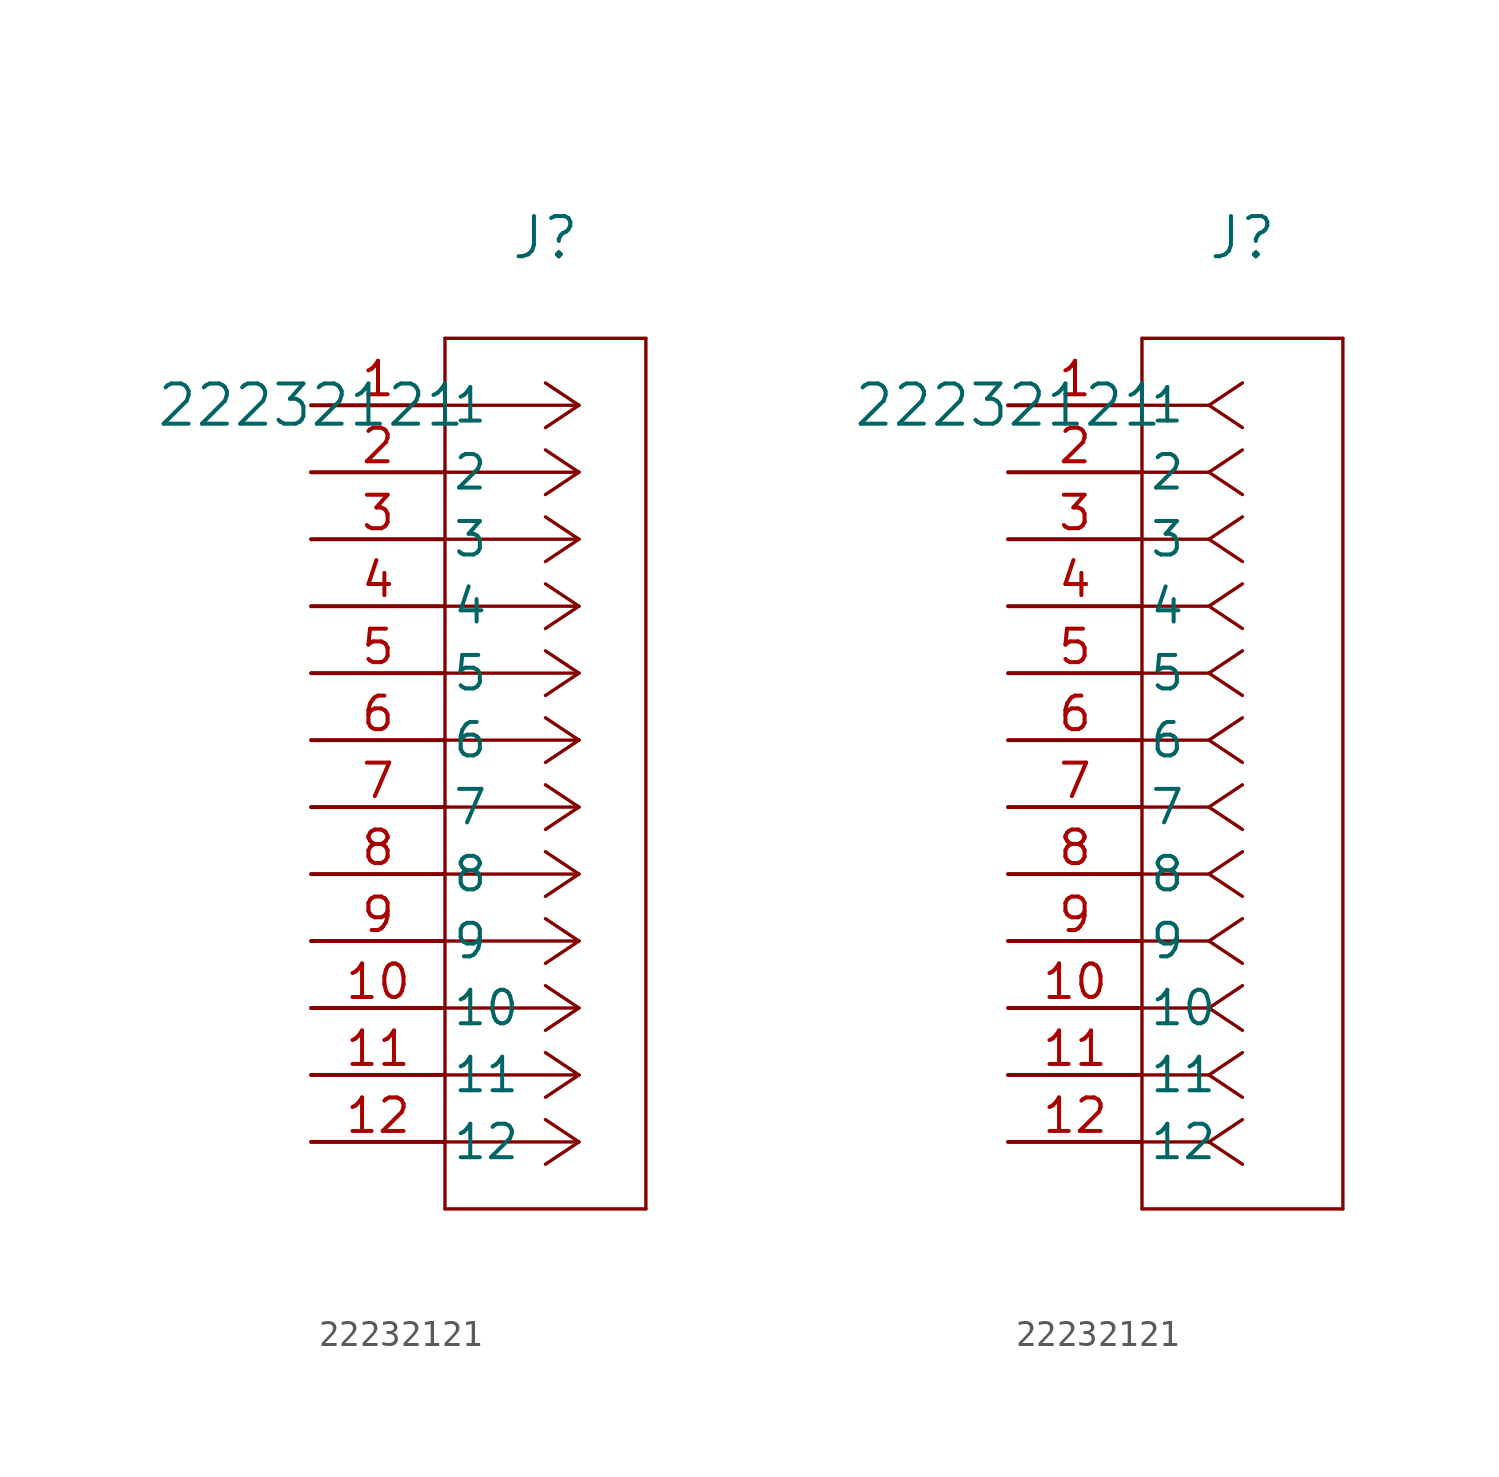
<source format=kicad_sym>
(kicad_symbol_lib
  (version 20211014)
  (generator kicad_symbol_editor)
  (symbol "22232121"
    (pin_names
      (offset 0.254))
    (property "Reference" "J"
      (at 8.89 6.35 0)
      (effects (font (size 1.524 1.524))))
    (property "Value" "22232121"
      (at 0 0 0)
      (effects (font (size 1.524 1.524))))
    (symbol "22232121_1_1"
      (polyline (pts (xy 10.16 0) (xy 5.08 0)) (stroke (width 0.127) (type default) (color 0 0 0 0)) (fill (type none)))
      (polyline (pts (xy 10.16 -2.54) (xy 5.08 -2.54)) (stroke (width 0.127) (type default) (color 0 0 0 0)) (fill (type none)))
      (polyline (pts (xy 10.16 -5.08) (xy 5.08 -5.08)) (stroke (width 0.127) (type default) (color 0 0 0 0)) (fill (type none)))
      (polyline (pts (xy 10.16 -7.62) (xy 5.08 -7.62)) (stroke (width 0.127) (type default) (color 0 0 0 0)) (fill (type none)))
      (polyline (pts (xy 10.16 -10.16) (xy 5.08 -10.16)) (stroke (width 0.127) (type default) (color 0 0 0 0)) (fill (type none)))
      (polyline (pts (xy 10.16 -12.7) (xy 5.08 -12.7)) (stroke (width 0.127) (type default) (color 0 0 0 0)) (fill (type none)))
      (polyline (pts (xy 10.16 -15.24) (xy 5.08 -15.24)) (stroke (width 0.127) (type default) (color 0 0 0 0)) (fill (type none)))
      (polyline (pts (xy 10.16 -17.78) (xy 5.08 -17.78)) (stroke (width 0.127) (type default) (color 0 0 0 0)) (fill (type none)))
      (polyline (pts (xy 10.16 -20.32) (xy 5.08 -20.32)) (stroke (width 0.127) (type default) (color 0 0 0 0)) (fill (type none)))
      (polyline (pts (xy 10.16 -22.86) (xy 5.08 -22.86)) (stroke (width 0.127) (type default) (color 0 0 0 0)) (fill (type none)))
      (polyline (pts (xy 10.16 -25.4) (xy 5.08 -25.4)) (stroke (width 0.127) (type default) (color 0 0 0 0)) (fill (type none)))
      (polyline (pts (xy 10.16 -27.94) (xy 5.08 -27.94)) (stroke (width 0.127) (type default) (color 0 0 0 0)) (fill (type none)))
      (polyline (pts (xy 10.16 0) (xy 8.89 0.847)) (stroke (width 0.127) (type default) (color 0 0 0 0)) (fill (type none)))
      (polyline (pts (xy 10.16 -2.54) (xy 8.89 -1.693)) (stroke (width 0.127) (type default) (color 0 0 0 0)) (fill (type none)))
      (polyline (pts (xy 10.16 -5.08) (xy 8.89 -4.233)) (stroke (width 0.127) (type default) (color 0 0 0 0)) (fill (type none)))
      (polyline (pts (xy 10.16 -7.62) (xy 8.89 -6.773)) (stroke (width 0.127) (type default) (color 0 0 0 0)) (fill (type none)))
      (polyline (pts (xy 10.16 -10.16) (xy 8.89 -9.313)) (stroke (width 0.127) (type default) (color 0 0 0 0)) (fill (type none)))
      (polyline (pts (xy 10.16 -12.7) (xy 8.89 -11.853)) (stroke (width 0.127) (type default) (color 0 0 0 0)) (fill (type none)))
      (polyline (pts (xy 10.16 -15.24) (xy 8.89 -14.393)) (stroke (width 0.127) (type default) (color 0 0 0 0)) (fill (type none)))
      (polyline (pts (xy 10.16 -17.78) (xy 8.89 -16.933)) (stroke (width 0.127) (type default) (color 0 0 0 0)) (fill (type none)))
      (polyline (pts (xy 10.16 -20.32) (xy 8.89 -19.473)) (stroke (width 0.127) (type default) (color 0 0 0 0)) (fill (type none)))
      (polyline (pts (xy 10.16 -22.86) (xy 8.89 -22.013)) (stroke (width 0.127) (type default) (color 0 0 0 0)) (fill (type none)))
      (polyline (pts (xy 10.16 -25.4) (xy 8.89 -24.553)) (stroke (width 0.127) (type default) (color 0 0 0 0)) (fill (type none)))
      (polyline (pts (xy 10.16 -27.94) (xy 8.89 -27.093)) (stroke (width 0.127) (type default) (color 0 0 0 0)) (fill (type none)))
      (polyline (pts (xy 10.16 0) (xy 8.89 -0.847)) (stroke (width 0.127) (type default) (color 0 0 0 0)) (fill (type none)))
      (polyline (pts (xy 10.16 -2.54) (xy 8.89 -3.387)) (stroke (width 0.127) (type default) (color 0 0 0 0)) (fill (type none)))
      (polyline (pts (xy 10.16 -5.08) (xy 8.89 -5.927)) (stroke (width 0.127) (type default) (color 0 0 0 0)) (fill (type none)))
      (polyline (pts (xy 10.16 -7.62) (xy 8.89 -8.467)) (stroke (width 0.127) (type default) (color 0 0 0 0)) (fill (type none)))
      (polyline (pts (xy 10.16 -10.16) (xy 8.89 -11.007)) (stroke (width 0.127) (type default) (color 0 0 0 0)) (fill (type none)))
      (polyline (pts (xy 10.16 -12.7) (xy 8.89 -13.547)) (stroke (width 0.127) (type default) (color 0 0 0 0)) (fill (type none)))
      (polyline (pts (xy 10.16 -15.24) (xy 8.89 -16.087)) (stroke (width 0.127) (type default) (color 0 0 0 0)) (fill (type none)))
      (polyline (pts (xy 10.16 -17.78) (xy 8.89 -18.627)) (stroke (width 0.127) (type default) (color 0 0 0 0)) (fill (type none)))
      (polyline (pts (xy 10.16 -20.32) (xy 8.89 -21.167)) (stroke (width 0.127) (type default) (color 0 0 0 0)) (fill (type none)))
      (polyline (pts (xy 10.16 -22.86) (xy 8.89 -23.707)) (stroke (width 0.127) (type default) (color 0 0 0 0)) (fill (type none)))
      (polyline (pts (xy 10.16 -25.4) (xy 8.89 -26.247)) (stroke (width 0.127) (type default) (color 0 0 0 0)) (fill (type none)))
      (polyline (pts (xy 10.16 -27.94) (xy 8.89 -28.787)) (stroke (width 0.127) (type default) (color 0 0 0 0)) (fill (type none)))
      (polyline (pts (xy 5.08 2.54) (xy 5.08 -30.48)) (stroke (width 0.127) (type default) (color 0 0 0 0)) (fill (type none)))
      (polyline (pts (xy 5.08 -30.48) (xy 12.7 -30.48)) (stroke (width 0.127) (type default) (color 0 0 0 0)) (fill (type none)))
      (polyline (pts (xy 12.7 -30.48) (xy 12.7 2.54)) (stroke (width 0.127) (type default) (color 0 0 0 0)) (fill (type none)))
      (polyline (pts (xy 12.7 2.54) (xy 5.08 2.54)) (stroke (width 0.127) (type default) (color 0 0 0 0)) (fill (type none)))
      (pin unspecified line (at 0 0 0) (length 5.08) (name "1" (effects (font (size 1.27 1.27)))) (number "1" (effects (font (size 1.27 1.27)))))
      (pin unspecified line (at 0 -2.54 0) (length 5.08) (name "2" (effects (font (size 1.27 1.27)))) (number "2" (effects (font (size 1.27 1.27)))))
      (pin unspecified line (at 0 -5.08 0) (length 5.08) (name "3" (effects (font (size 1.27 1.27)))) (number "3" (effects (font (size 1.27 1.27)))))
      (pin unspecified line (at 0 -7.62 0) (length 5.08) (name "4" (effects (font (size 1.27 1.27)))) (number "4" (effects (font (size 1.27 1.27)))))
      (pin unspecified line (at 0 -10.16 0) (length 5.08) (name "5" (effects (font (size 1.27 1.27)))) (number "5" (effects (font (size 1.27 1.27)))))
      (pin unspecified line (at 0 -12.7 0) (length 5.08) (name "6" (effects (font (size 1.27 1.27)))) (number "6" (effects (font (size 1.27 1.27)))))
      (pin unspecified line (at 0 -15.24 0) (length 5.08) (name "7" (effects (font (size 1.27 1.27)))) (number "7" (effects (font (size 1.27 1.27)))))
      (pin unspecified line (at 0 -17.78 0) (length 5.08) (name "8" (effects (font (size 1.27 1.27)))) (number "8" (effects (font (size 1.27 1.27)))))
      (pin unspecified line (at 0 -20.32 0) (length 5.08) (name "9" (effects (font (size 1.27 1.27)))) (number "9" (effects (font (size 1.27 1.27)))))
      (pin unspecified line (at 0 -22.86 0) (length 5.08) (name "10" (effects (font (size 1.27 1.27)))) (number "10" (effects (font (size 1.27 1.27)))))
      (pin unspecified line (at 0 -25.4 0) (length 5.08) (name "11" (effects (font (size 1.27 1.27)))) (number "11" (effects (font (size 1.27 1.27)))))
      (pin unspecified line (at 0 -27.94 0) (length 5.08) (name "12" (effects (font (size 1.27 1.27)))) (number "12" (effects (font (size 1.27 1.27))))))
    (symbol "22232121_1_2"
      (polyline (pts (xy 7.62 0) (xy 5.08 0)) (stroke (width 0.127) (type default) (color 0 0 0 0)) (fill (type none)))
      (polyline (pts (xy 7.62 -2.54) (xy 5.08 -2.54)) (stroke (width 0.127) (type default) (color 0 0 0 0)) (fill (type none)))
      (polyline (pts (xy 7.62 -5.08) (xy 5.08 -5.08)) (stroke (width 0.127) (type default) (color 0 0 0 0)) (fill (type none)))
      (polyline (pts (xy 7.62 -7.62) (xy 5.08 -7.62)) (stroke (width 0.127) (type default) (color 0 0 0 0)) (fill (type none)))
      (polyline (pts (xy 7.62 -10.16) (xy 5.08 -10.16)) (stroke (width 0.127) (type default) (color 0 0 0 0)) (fill (type none)))
      (polyline (pts (xy 7.62 -12.7) (xy 5.08 -12.7)) (stroke (width 0.127) (type default) (color 0 0 0 0)) (fill (type none)))
      (polyline (pts (xy 7.62 -15.24) (xy 5.08 -15.24)) (stroke (width 0.127) (type default) (color 0 0 0 0)) (fill (type none)))
      (polyline (pts (xy 7.62 -17.78) (xy 5.08 -17.78)) (stroke (width 0.127) (type default) (color 0 0 0 0)) (fill (type none)))
      (polyline (pts (xy 7.62 -20.32) (xy 5.08 -20.32)) (stroke (width 0.127) (type default) (color 0 0 0 0)) (fill (type none)))
      (polyline (pts (xy 7.62 -22.86) (xy 5.08 -22.86)) (stroke (width 0.127) (type default) (color 0 0 0 0)) (fill (type none)))
      (polyline (pts (xy 7.62 -25.4) (xy 5.08 -25.4)) (stroke (width 0.127) (type default) (color 0 0 0 0)) (fill (type none)))
      (polyline (pts (xy 7.62 -27.94) (xy 5.08 -27.94)) (stroke (width 0.127) (type default) (color 0 0 0 0)) (fill (type none)))
      (polyline (pts (xy 7.62 0) (xy 8.89 0.847)) (stroke (width 0.127) (type default) (color 0 0 0 0)) (fill (type none)))
      (polyline (pts (xy 7.62 -2.54) (xy 8.89 -1.693)) (stroke (width 0.127) (type default) (color 0 0 0 0)) (fill (type none)))
      (polyline (pts (xy 7.62 -5.08) (xy 8.89 -4.233)) (stroke (width 0.127) (type default) (color 0 0 0 0)) (fill (type none)))
      (polyline (pts (xy 7.62 -7.62) (xy 8.89 -6.773)) (stroke (width 0.127) (type default) (color 0 0 0 0)) (fill (type none)))
      (polyline (pts (xy 7.62 -10.16) (xy 8.89 -9.313)) (stroke (width 0.127) (type default) (color 0 0 0 0)) (fill (type none)))
      (polyline (pts (xy 7.62 -12.7) (xy 8.89 -11.853)) (stroke (width 0.127) (type default) (color 0 0 0 0)) (fill (type none)))
      (polyline (pts (xy 7.62 -15.24) (xy 8.89 -14.393)) (stroke (width 0.127) (type default) (color 0 0 0 0)) (fill (type none)))
      (polyline (pts (xy 7.62 -17.78) (xy 8.89 -16.933)) (stroke (width 0.127) (type default) (color 0 0 0 0)) (fill (type none)))
      (polyline (pts (xy 7.62 -20.32) (xy 8.89 -19.473)) (stroke (width 0.127) (type default) (color 0 0 0 0)) (fill (type none)))
      (polyline (pts (xy 7.62 -22.86) (xy 8.89 -22.013)) (stroke (width 0.127) (type default) (color 0 0 0 0)) (fill (type none)))
      (polyline (pts (xy 7.62 -25.4) (xy 8.89 -24.553)) (stroke (width 0.127) (type default) (color 0 0 0 0)) (fill (type none)))
      (polyline (pts (xy 7.62 -27.94) (xy 8.89 -27.093)) (stroke (width 0.127) (type default) (color 0 0 0 0)) (fill (type none)))
      (polyline (pts (xy 7.62 0) (xy 8.89 -0.847)) (stroke (width 0.127) (type default) (color 0 0 0 0)) (fill (type none)))
      (polyline (pts (xy 7.62 -2.54) (xy 8.89 -3.387)) (stroke (width 0.127) (type default) (color 0 0 0 0)) (fill (type none)))
      (polyline (pts (xy 7.62 -5.08) (xy 8.89 -5.927)) (stroke (width 0.127) (type default) (color 0 0 0 0)) (fill (type none)))
      (polyline (pts (xy 7.62 -7.62) (xy 8.89 -8.467)) (stroke (width 0.127) (type default) (color 0 0 0 0)) (fill (type none)))
      (polyline (pts (xy 7.62 -10.16) (xy 8.89 -11.007)) (stroke (width 0.127) (type default) (color 0 0 0 0)) (fill (type none)))
      (polyline (pts (xy 7.62 -12.7) (xy 8.89 -13.547)) (stroke (width 0.127) (type default) (color 0 0 0 0)) (fill (type none)))
      (polyline (pts (xy 7.62 -15.24) (xy 8.89 -16.087)) (stroke (width 0.127) (type default) (color 0 0 0 0)) (fill (type none)))
      (polyline (pts (xy 7.62 -17.78) (xy 8.89 -18.627)) (stroke (width 0.127) (type default) (color 0 0 0 0)) (fill (type none)))
      (polyline (pts (xy 7.62 -20.32) (xy 8.89 -21.167)) (stroke (width 0.127) (type default) (color 0 0 0 0)) (fill (type none)))
      (polyline (pts (xy 7.62 -22.86) (xy 8.89 -23.707)) (stroke (width 0.127) (type default) (color 0 0 0 0)) (fill (type none)))
      (polyline (pts (xy 7.62 -25.4) (xy 8.89 -26.247)) (stroke (width 0.127) (type default) (color 0 0 0 0)) (fill (type none)))
      (polyline (pts (xy 7.62 -27.94) (xy 8.89 -28.787)) (stroke (width 0.127) (type default) (color 0 0 0 0)) (fill (type none)))
      (polyline (pts (xy 5.08 2.54) (xy 5.08 -30.48)) (stroke (width 0.127) (type default) (color 0 0 0 0)) (fill (type none)))
      (polyline (pts (xy 5.08 -30.48) (xy 12.7 -30.48)) (stroke (width 0.127) (type default) (color 0 0 0 0)) (fill (type none)))
      (polyline (pts (xy 12.7 -30.48) (xy 12.7 2.54)) (stroke (width 0.127) (type default) (color 0 0 0 0)) (fill (type none)))
      (polyline (pts (xy 12.7 2.54) (xy 5.08 2.54)) (stroke (width 0.127) (type default) (color 0 0 0 0)) (fill (type none)))
      (pin unspecified line (at 0 0 0) (length 5.08) (name "1" (effects (font (size 1.27 1.27)))) (number "1" (effects (font (size 1.27 1.27)))))
      (pin unspecified line (at 0 -2.54 0) (length 5.08) (name "2" (effects (font (size 1.27 1.27)))) (number "2" (effects (font (size 1.27 1.27)))))
      (pin unspecified line (at 0 -5.08 0) (length 5.08) (name "3" (effects (font (size 1.27 1.27)))) (number "3" (effects (font (size 1.27 1.27)))))
      (pin unspecified line (at 0 -7.62 0) (length 5.08) (name "4" (effects (font (size 1.27 1.27)))) (number "4" (effects (font (size 1.27 1.27)))))
      (pin unspecified line (at 0 -10.16 0) (length 5.08) (name "5" (effects (font (size 1.27 1.27)))) (number "5" (effects (font (size 1.27 1.27)))))
      (pin unspecified line (at 0 -12.7 0) (length 5.08) (name "6" (effects (font (size 1.27 1.27)))) (number "6" (effects (font (size 1.27 1.27)))))
      (pin unspecified line (at 0 -15.24 0) (length 5.08) (name "7" (effects (font (size 1.27 1.27)))) (number "7" (effects (font (size 1.27 1.27)))))
      (pin unspecified line (at 0 -17.78 0) (length 5.08) (name "8" (effects (font (size 1.27 1.27)))) (number "8" (effects (font (size 1.27 1.27)))))
      (pin unspecified line (at 0 -20.32 0) (length 5.08) (name "9" (effects (font (size 1.27 1.27)))) (number "9" (effects (font (size 1.27 1.27)))))
      (pin unspecified line (at 0 -22.86 0) (length 5.08) (name "10" (effects (font (size 1.27 1.27)))) (number "10" (effects (font (size 1.27 1.27)))))
      (pin unspecified line (at 0 -25.4 0) (length 5.08) (name "11" (effects (font (size 1.27 1.27)))) (number "11" (effects (font (size 1.27 1.27)))))
      (pin unspecified line (at 0 -27.94 0) (length 5.08) (name "12" (effects (font (size 1.27 1.27)))) (number "12" (effects (font (size 1.27 1.27))))))))
</source>
